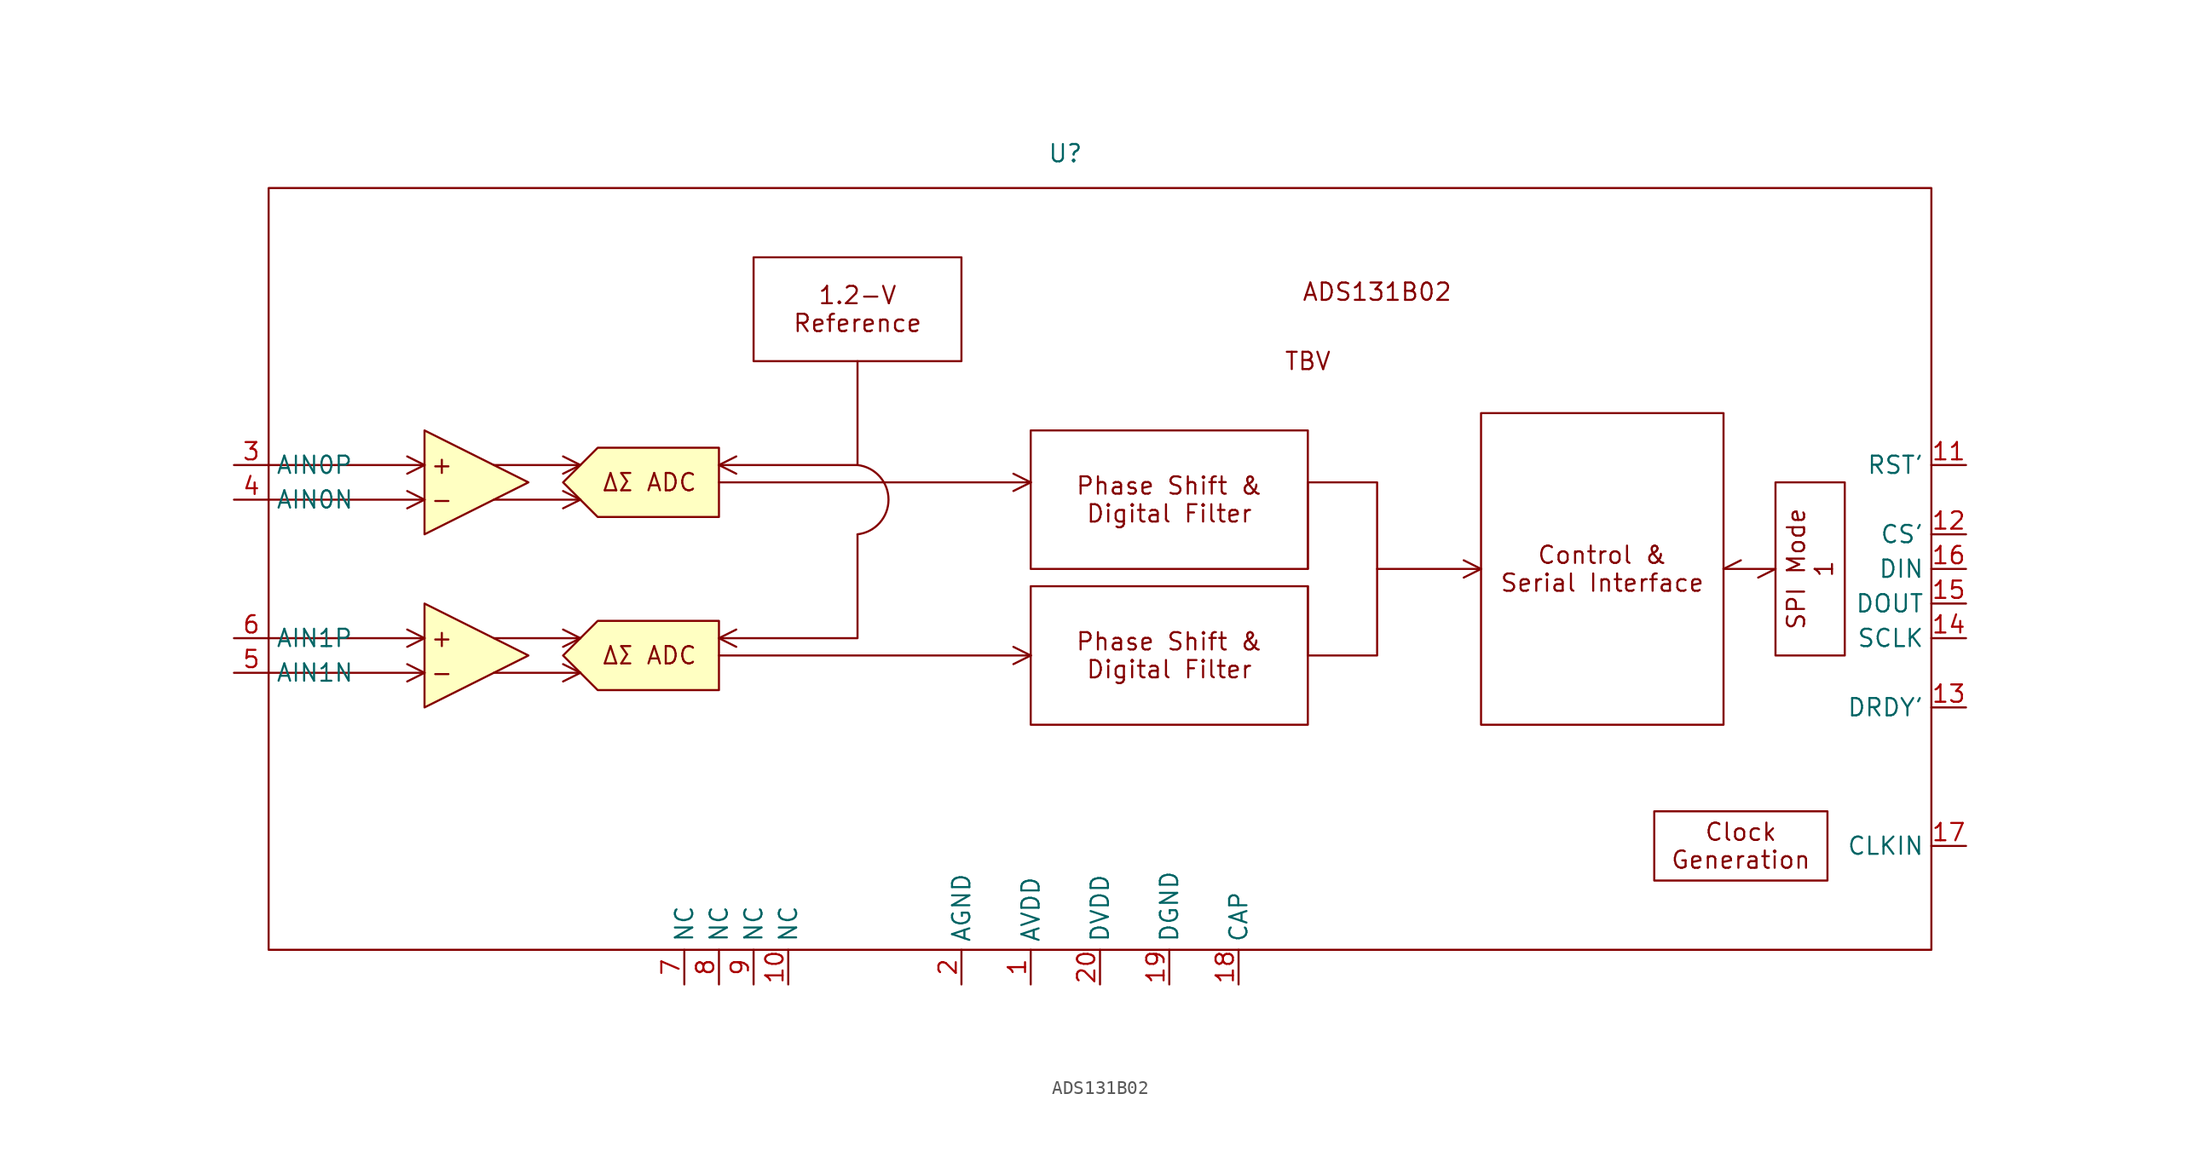
<source format=kicad_sym>
(kicad_symbol_lib
  (version 20220914)
  (generator kicad_symbol_editor)
  (symbol "ADS131B02"
    (property "Reference" "U"
      (at 30.48 30.48 0)
      (effects (font (size 1.27 1.27))))
    (property "Value" ""
      (at 91.44 0 0)
      (effects (font (size 1.27 1.27))))
    (symbol "ADS131B02_1_1"
      (rectangle (start -27.94 27.94) (end 93.98 -27.94) (stroke (width 0) (type default)) (fill (type none)))
      (polyline (pts (xy -27.94 -7.62) (xy -16.51 -7.62)) (stroke (width 0) (type default)) (fill (type none)))
      (polyline (pts (xy -27.94 -5.08) (xy -16.51 -5.08)) (stroke (width 0) (type default)) (fill (type none)))
      (polyline (pts (xy -27.94 5.08) (xy -16.51 5.08)) (stroke (width 0) (type default)) (fill (type none)))
      (polyline (pts (xy -27.94 7.62) (xy -16.51 7.62)) (stroke (width 0) (type default)) (fill (type none)))
      (polyline (pts (xy -16.51 -7.62) (xy -17.78 -8.255)) (stroke (width 0) (type default)) (fill (type color) (color 0 0 0 0)))
      (polyline (pts (xy -16.51 -7.62) (xy -17.78 -6.985)) (stroke (width 0) (type default)) (fill (type color) (color 0 0 0 0)))
      (polyline (pts (xy -16.51 -5.08) (xy -17.78 -5.715)) (stroke (width 0) (type default)) (fill (type color) (color 0 0 0 0)))
      (polyline (pts (xy -16.51 -5.08) (xy -17.78 -4.445)) (stroke (width 0) (type default)) (fill (type color) (color 0 0 0 0)))
      (polyline (pts (xy -16.51 5.08) (xy -17.78 4.445)) (stroke (width 0) (type default)) (fill (type color) (color 0 0 0 0)))
      (polyline (pts (xy -16.51 5.08) (xy -17.78 5.715)) (stroke (width 0) (type default)) (fill (type color) (color 0 0 0 0)))
      (polyline (pts (xy -16.51 7.62) (xy -17.78 6.985)) (stroke (width 0) (type default)) (fill (type color) (color 0 0 0 0)))
      (polyline (pts (xy -16.51 7.62) (xy -17.78 8.255)) (stroke (width 0) (type default)) (fill (type color) (color 0 0 0 0)))
      (polyline (pts (xy -11.43 -7.62) (xy -5.08 -7.62)) (stroke (width 0) (type default)) (fill (type none)))
      (polyline (pts (xy -11.43 -5.08) (xy -5.08 -5.08)) (stroke (width 0) (type default)) (fill (type none)))
      (polyline (pts (xy -11.43 5.08) (xy -5.08 5.08)) (stroke (width 0) (type default)) (fill (type none)))
      (polyline (pts (xy -11.43 7.62) (xy -5.08 7.62)) (stroke (width 0) (type default)) (fill (type none)))
      (polyline (pts (xy -5.08 -7.62) (xy -6.35 -8.255)) (stroke (width 0) (type default)) (fill (type color) (color 0 0 0 0)))
      (polyline (pts (xy -5.08 -7.62) (xy -6.35 -6.985)) (stroke (width 0) (type default)) (fill (type color) (color 0 0 0 0)))
      (polyline (pts (xy -5.08 -5.08) (xy -6.35 -5.715)) (stroke (width 0) (type default)) (fill (type color) (color 0 0 0 0)))
      (polyline (pts (xy -5.08 -5.08) (xy -6.35 -4.445)) (stroke (width 0) (type default)) (fill (type color) (color 0 0 0 0)))
      (polyline (pts (xy -5.08 5.08) (xy -6.35 4.445)) (stroke (width 0) (type default)) (fill (type color) (color 0 0 0 0)))
      (polyline (pts (xy -5.08 5.08) (xy -6.35 5.715)) (stroke (width 0) (type default)) (fill (type color) (color 0 0 0 0)))
      (polyline (pts (xy -5.08 7.62) (xy -6.35 6.985)) (stroke (width 0) (type default)) (fill (type color) (color 0 0 0 0)))
      (polyline (pts (xy -5.08 7.62) (xy -6.35 8.255)) (stroke (width 0) (type default)) (fill (type color) (color 0 0 0 0)))
      (polyline (pts (xy 5.08 -6.35) (xy 27.94 -6.35)) (stroke (width 0) (type default)) (fill (type color) (color 0 0 0 0)))
      (polyline (pts (xy 5.08 -5.08) (xy 6.35 -5.715)) (stroke (width 0) (type default)) (fill (type color) (color 0 0 0 0)))
      (polyline (pts (xy 5.08 -5.08) (xy 6.35 -4.445)) (stroke (width 0) (type default)) (fill (type color) (color 0 0 0 0)))
      (polyline (pts (xy 5.08 6.35) (xy 27.94 6.35)) (stroke (width 0) (type default)) (fill (type color) (color 0 0 0 0)))
      (polyline (pts (xy 5.08 7.62) (xy 6.35 6.985)) (stroke (width 0) (type default)) (fill (type color) (color 0 0 0 0)))
      (polyline (pts (xy 5.08 7.62) (xy 6.35 8.255)) (stroke (width 0) (type default)) (fill (type color) (color 0 0 0 0)))
      (polyline (pts (xy 27.94 -6.35) (xy 26.67 -6.985)) (stroke (width 0) (type default)) (fill (type color) (color 0 0 0 0)))
      (polyline (pts (xy 27.94 -6.35) (xy 26.67 -5.715)) (stroke (width 0) (type default)) (fill (type color) (color 0 0 0 0)))
      (polyline (pts (xy 27.94 6.35) (xy 26.67 5.715)) (stroke (width 0) (type default)) (fill (type color) (color 0 0 0 0)))
      (polyline (pts (xy 27.94 6.35) (xy 26.67 6.985)) (stroke (width 0) (type default)) (fill (type color) (color 0 0 0 0)))
      (polyline (pts (xy 48.26 -1.27) (xy 48.26 -6.35)) (stroke (width 0) (type default)) (fill (type color) (color 0 0 0 0)))
      (polyline (pts (xy 48.26 6.35) (xy 48.26 0)) (stroke (width 0) (type default)) (fill (type color) (color 0 0 0 0)))
      (polyline (pts (xy 53.34 0) (xy 60.96 0)) (stroke (width 0) (type default)) (fill (type color) (color 0 0 0 0)))
      (polyline (pts (xy 60.96 0) (xy 59.69 -0.635)) (stroke (width 0) (type default)) (fill (type color) (color 0 0 0 0)))
      (polyline (pts (xy 60.96 0) (xy 59.69 0.635)) (stroke (width 0) (type default)) (fill (type color) (color 0 0 0 0)))
      (polyline (pts (xy 78.74 0) (xy 80.01 0.635)) (stroke (width 0) (type default)) (fill (type color) (color 0 0 0 0)))
      (polyline (pts (xy 82.55 0) (xy 78.74 0)) (stroke (width 0) (type default)) (fill (type color) (color 0 0 0 0)))
      (polyline (pts (xy 82.55 0) (xy 81.28 -0.635)) (stroke (width 0) (type default)) (fill (type color) (color 0 0 0 0)))
      (polyline (pts (xy 15.24 2.54) (xy 15.24 -5.08) (xy 5.08 -5.08)) (stroke (width 0) (type default)) (fill (type color) (color 0 0 0 0)))
      (polyline (pts (xy 15.24 15.24) (xy 15.24 7.62) (xy 5.08 7.62)) (stroke (width 0) (type default)) (fill (type color) (color 0 0 0 0)))
      (polyline (pts (xy -16.51 -10.16) (xy -8.89 -6.35) (xy -16.51 -2.54) (xy -16.51 -10.16)) (stroke (width 0) (type default)) (fill (type background)))
      (polyline (pts (xy -16.51 2.54) (xy -8.89 6.35) (xy -16.51 10.16) (xy -16.51 2.54)) (stroke (width 0) (type default)) (fill (type background)))
      (polyline (pts (xy 48.26 6.35) (xy 53.34 6.35) (xy 53.34 -6.35) (xy 48.26 -6.35)) (stroke (width 0) (type default)) (fill (type color) (color 0 0 0 0)))
      (polyline (pts (xy -6.35 -6.35) (xy -3.81 -3.81) (xy 5.08 -3.81) (xy 5.08 -8.89) (xy -3.81 -8.89) (xy -6.35 -6.35)) (stroke (width 0) (type default)) (fill (type background)))
      (polyline (pts (xy -6.35 6.35) (xy -3.81 8.89) (xy 5.08 8.89) (xy 5.08 3.81) (xy -3.81 3.81) (xy -6.35 6.35)) (stroke (width 0) (type default)) (fill (type background)))
      (arc (start 15.24 2.54) (mid 17.5127 5.08) (end 15.24 7.62) (stroke (width 0) (type default)) (fill (type color) (color 0 0 0 0)))
      (text "+" (at -15.24 -5.08 0) (effects (font (size 1.27 1.27))))
      (text "+" (at -15.24 7.62 0) (effects (font (size 1.27 1.27))))
      (text "-" (at -15.24 -7.62 0) (effects (font (size 1.27 1.27))))
      (text "-" (at -15.24 5.08 0) (effects (font (size 1.27 1.27))))
      (text "ADS131B02" (at 53.34 20.32 0) (effects (font (size 1.27 1.27))))
      (text "TBV" (at 48.26 15.24 0) (effects (font (size 1.27 1.27))))
      (text "ΔΣ ADC" (at 0 -6.35 0) (effects (font (size 1.27 1.27))))
      (text "ΔΣ ADC" (at 0 6.35 0) (effects (font (size 1.27 1.27))))
      (text_box "1.2-V\nReference" (at 7.62 22.86 0) (size 15.24 -7.62) (stroke (width 0) (type default)) (fill (type color) (color 0 0 0 0)) (effects (font (size 1.27 1.27))))
      (text_box "Clock\nGeneration" (at 73.66 -17.78 0) (size 12.7 -5.08) (stroke (width 0) (type default)) (fill (type color) (color 0 0 0 0)) (effects (font (size 1.27 1.27))))
      (text_box "Control &\nSerial Interface" (at 60.96 11.43 0) (size 17.78 -22.86) (stroke (width 0) (type default)) (fill (type color) (color 0 0 0 0)) (effects (font (size 1.27 1.27))))
      (text_box "Phase Shift &\nDigital Filter" (at 27.94 -1.27 0) (size 20.32 -10.16) (stroke (width 0) (type default)) (fill (type color) (color 0 0 0 0)) (effects (font (size 1.27 1.27))))
      (text_box "Phase Shift &\nDigital Filter" (at 27.94 10.16 0) (size 20.32 -10.16) (stroke (width 0) (type default)) (fill (type color) (color 0 0 0 0)) (effects (font (size 1.27 1.27))))
      (text_box "SPI Mode 1" (at 82.55 6.35 90) (size 5.08 -12.7) (stroke (width 0) (type default)) (fill (type color) (color 0 0 0 0)) (effects (font (size 1.27 1.27))))
      (pin input line (at 27.94 -30.48 90) (length 2.54) (name "AVDD" (effects (font (size 1.27 1.27)))) (number "1" (effects (font (size 1.27 1.27)))))
      (pin input line (at 10.16 -30.48 90) (length 2.54) (name "NC" (effects (font (size 1.27 1.27)))) (number "10" (effects (font (size 1.27 1.27)))))
      (pin input line (at 96.52 7.62 180) (length 2.54) (name "RST'" (effects (font (size 1.27 1.27)))) (number "11" (effects (font (size 1.27 1.27)))))
      (pin input line (at 96.52 2.54 180) (length 2.54) (name "CS'" (effects (font (size 1.27 1.27)))) (number "12" (effects (font (size 1.27 1.27)))))
      (pin input line (at 96.52 -10.16 180) (length 2.54) (name "DRDY'" (effects (font (size 1.27 1.27)))) (number "13" (effects (font (size 1.27 1.27)))))
      (pin input line (at 96.52 -5.08 180) (length 2.54) (name "SCLK" (effects (font (size 1.27 1.27)))) (number "14" (effects (font (size 1.27 1.27)))))
      (pin input line (at 96.52 -2.54 180) (length 2.54) (name "DOUT" (effects (font (size 1.27 1.27)))) (number "15" (effects (font (size 1.27 1.27)))))
      (pin input line (at 96.52 0 180) (length 2.54) (name "DIN" (effects (font (size 1.27 1.27)))) (number "16" (effects (font (size 1.27 1.27)))))
      (pin input line (at 96.52 -20.32 180) (length 2.54) (name "CLKIN" (effects (font (size 1.27 1.27)))) (number "17" (effects (font (size 1.27 1.27)))))
      (pin input line (at 43.18 -30.48 90) (length 2.54) (name "CAP" (effects (font (size 1.27 1.27)))) (number "18" (effects (font (size 1.27 1.27)))))
      (pin input line (at 38.1 -30.48 90) (length 2.54) (name "DGND" (effects (font (size 1.27 1.27)))) (number "19" (effects (font (size 1.27 1.27)))))
      (pin input line (at 22.86 -30.48 90) (length 2.54) (name "AGND" (effects (font (size 1.27 1.27)))) (number "2" (effects (font (size 1.27 1.27)))))
      (pin input line (at 33.02 -30.48 90) (length 2.54) (name "DVDD" (effects (font (size 1.27 1.27)))) (number "20" (effects (font (size 1.27 1.27)))))
      (pin input line (at -30.48 7.62 0) (length 2.54) (name "AIN0P" (effects (font (size 1.27 1.27)))) (number "3" (effects (font (size 1.27 1.27)))))
      (pin input line (at -30.48 5.08 0) (length 2.54) (name "AIN0N" (effects (font (size 1.27 1.27)))) (number "4" (effects (font (size 1.27 1.27)))))
      (pin input line (at -30.48 -7.62 0) (length 2.54) (name "AIN1N" (effects (font (size 1.27 1.27)))) (number "5" (effects (font (size 1.27 1.27)))))
      (pin input line (at -30.48 -5.08 0) (length 2.54) (name "AIN1P" (effects (font (size 1.27 1.27)))) (number "6" (effects (font (size 1.27 1.27)))))
      (pin input line (at 2.54 -30.48 90) (length 2.54) (name "NC" (effects (font (size 1.27 1.27)))) (number "7" (effects (font (size 1.27 1.27)))))
      (pin input line (at 5.08 -30.48 90) (length 2.54) (name "NC" (effects (font (size 1.27 1.27)))) (number "8" (effects (font (size 1.27 1.27)))))
      (pin input line (at 7.62 -30.48 90) (length 2.54) (name "NC" (effects (font (size 1.27 1.27)))) (number "9" (effects (font (size 1.27 1.27))))))))
</source>
